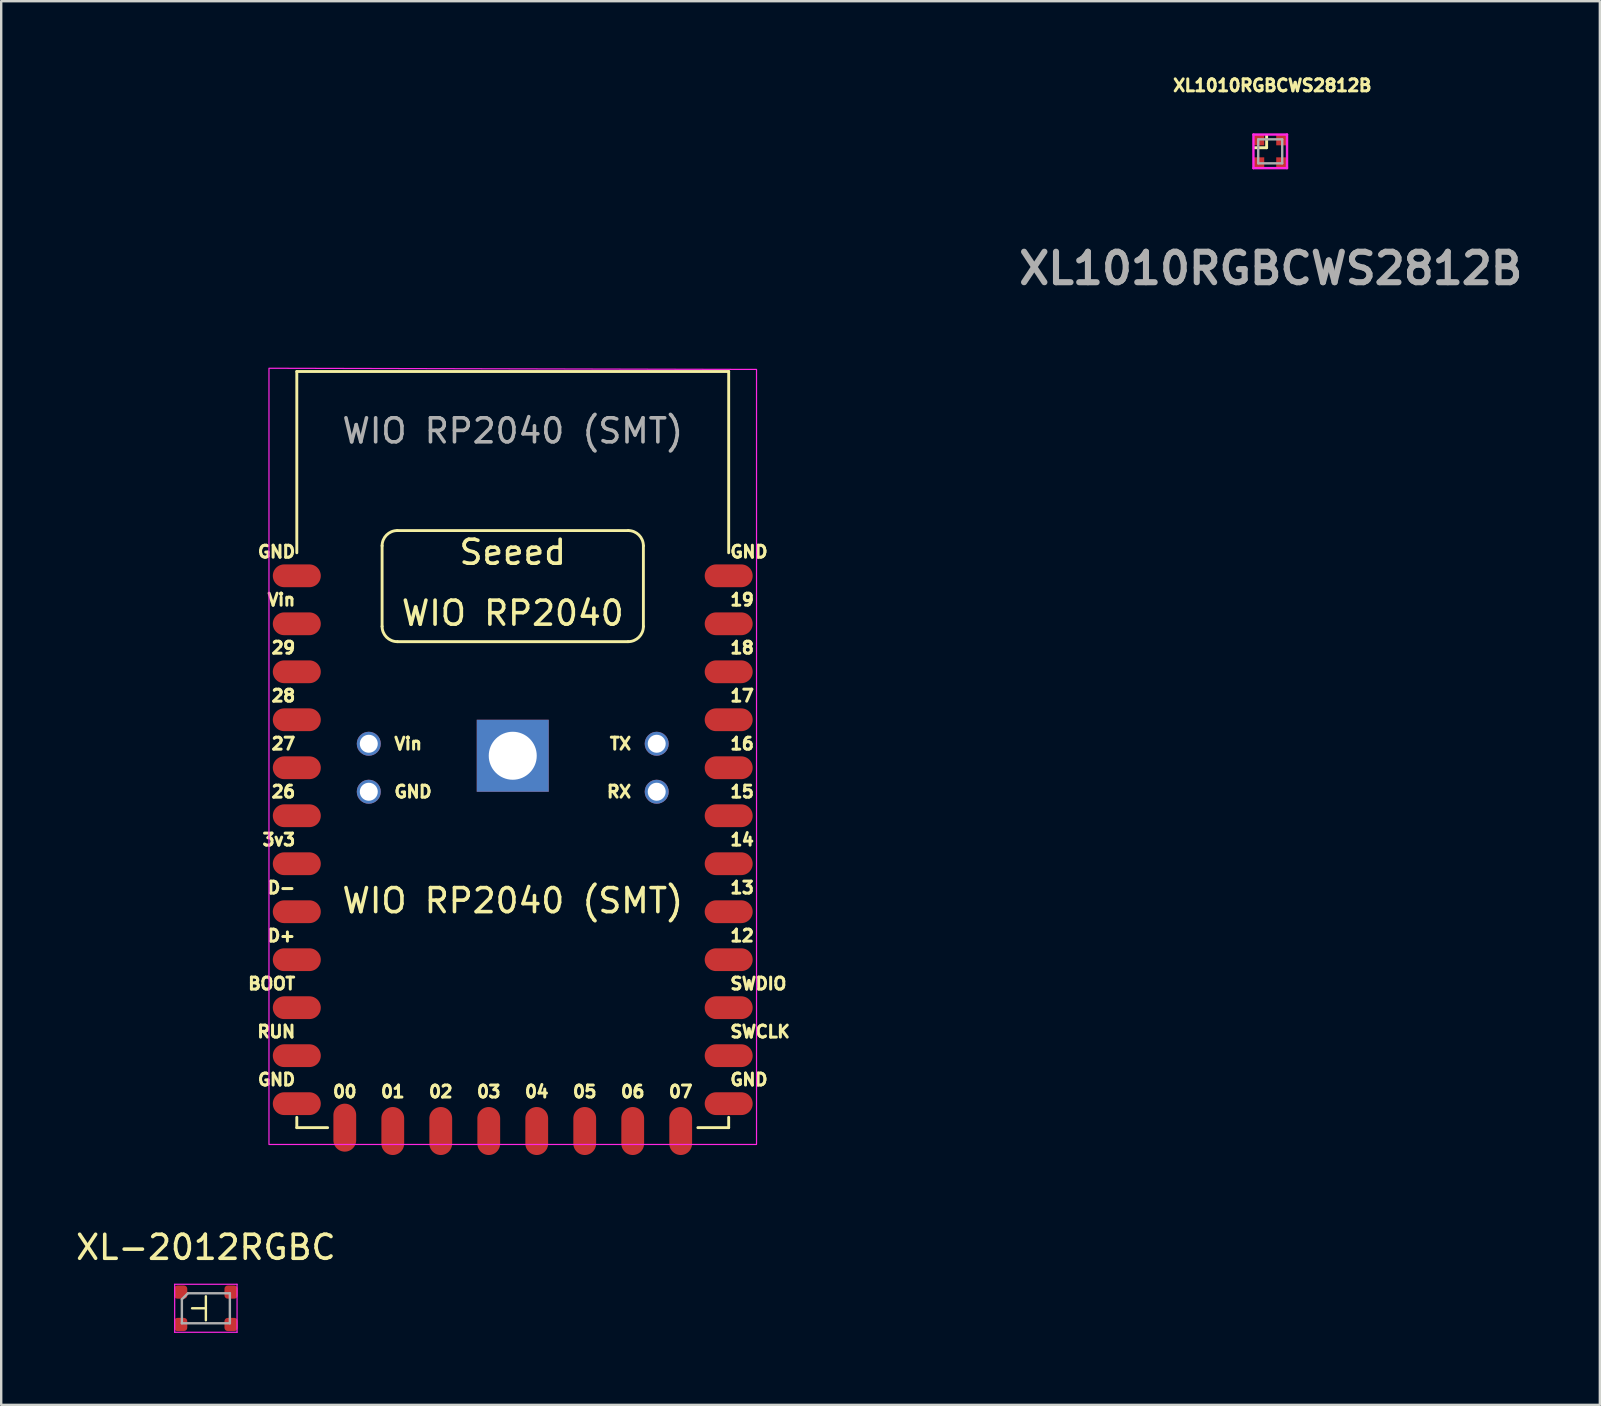
<source format=kicad_pcb>
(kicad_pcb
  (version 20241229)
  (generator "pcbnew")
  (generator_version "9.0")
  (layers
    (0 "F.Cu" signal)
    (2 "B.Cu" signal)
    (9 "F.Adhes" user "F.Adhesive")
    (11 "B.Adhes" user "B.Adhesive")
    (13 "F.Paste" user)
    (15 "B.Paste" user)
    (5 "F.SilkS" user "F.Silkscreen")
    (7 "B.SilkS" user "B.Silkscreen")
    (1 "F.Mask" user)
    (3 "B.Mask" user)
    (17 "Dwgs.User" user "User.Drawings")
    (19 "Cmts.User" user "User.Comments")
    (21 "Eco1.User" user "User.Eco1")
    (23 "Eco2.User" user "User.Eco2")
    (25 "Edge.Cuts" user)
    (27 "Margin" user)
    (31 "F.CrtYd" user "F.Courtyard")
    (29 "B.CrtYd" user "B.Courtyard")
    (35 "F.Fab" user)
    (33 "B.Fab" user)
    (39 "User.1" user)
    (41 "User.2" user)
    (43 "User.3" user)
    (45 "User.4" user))
  (footprint "WIO RP2040 (SMT)"
    (layer "F.Cu")
    (at 18.32 31.948)
    (property "Reference" "WIO RP2040 (SMT)" (at 0 2.54 0) (unlocked yes) (layer "F.SilkS") (effects (font (size 1 1) (thickness 0.15))))
    (attr through_hole)
    (fp_line (start -9 -19.515) (end -9 -11.96) (stroke (width 0.12) (type solid)) (layer "F.SilkS"))
    (fp_line (start -9 11.57) (end -9 12) (stroke (width 0.12) (type solid)) (layer "F.SilkS"))
    (fp_line (start -9 12) (end -7.715 12) (stroke (width 0.12) (type solid)) (layer "F.SilkS"))
    (fp_line (start -5.445 -12.251) (end -5.445 -8.89) (stroke (width 0.12) (type solid)) (layer "F.SilkS"))
    (fp_line (start -4.81 -12.886) (end 4.81 -12.886) (stroke (width 0.12) (type solid)) (layer "F.SilkS"))
    (fp_line (start 4.81 -8.255) (end -4.81 -8.255) (stroke (width 0.12) (type solid)) (layer "F.SilkS"))
    (fp_line (start 5.445 -12.251) (end 5.445 -8.89) (stroke (width 0.12) (type solid)) (layer "F.SilkS"))
    (fp_line (start 9 -19.515) (end -9 -19.515) (stroke (width 0.12) (type solid)) (layer "F.SilkS"))
    (fp_line (start 9 -11.96) (end 9 -19.515) (stroke (width 0.12) (type solid)) (layer "F.SilkS"))
    (fp_line (start 9 11.57) (end 9 12) (stroke (width 0.12) (type solid)) (layer "F.SilkS"))
    (fp_line (start 9 12) (end 7.715 12) (stroke (width 0.12) (type solid)) (layer "F.SilkS"))
    (fp_arc (start -5.445 -12.250987) (mid -5.259013 -12.7) (end -4.81 -12.885987) (stroke (width 0.12) (type solid)) (layer "F.SilkS"))
    (fp_arc (start -4.81 -8.255001) (mid -5.259013 -8.440988) (end -5.445 -8.890001) (stroke (width 0.12) (type solid)) (layer "F.SilkS"))
    (fp_arc (start 4.81 -12.885986) (mid 5.259017 -12.7) (end 5.445 -12.250986) (stroke (width 0.12) (type solid)) (layer "F.SilkS"))
    (fp_arc (start 5.445 -8.89) (mid 5.259014 -8.440986) (end 4.81 -8.255) (stroke (width 0.12) (type solid)) (layer "F.SilkS"))
    (fp_poly (pts (xy 10.16 12.7) (xy -10.16 12.7) (xy -10.16 -19.65) (xy 10.16 -19.601)) (stroke (width 0.05) (type solid)) (fill no) (layer "F.CrtYd"))
    (fp_text user "D+" (at -9 4 0) (unlocked yes) (layer "F.SilkS") (effects (font (size 0.5 0.5) (thickness 0.125)) (justify right)))
    (fp_text user "00" (at -7 10.5 0) (unlocked yes) (layer "F.SilkS") (effects (font (size 0.5 0.5) (thickness 0.125))))
    (fp_text user "15" (at 9 -2 0) (unlocked yes) (layer "F.SilkS") (effects (font (size 0.5 0.5) (thickness 0.125)) (justify left)))
    (fp_text user "SWDIO" (at 9 6 0) (unlocked yes) (layer "F.SilkS") (effects (font (size 0.5 0.5) (thickness 0.125)) (justify left)))
    (fp_text user "01" (at -5 10.5 0) (unlocked yes) (layer "F.SilkS") (effects (font (size 0.5 0.5) (thickness 0.125))))
    (fp_text user "12" (at 9 4 0) (unlocked yes) (layer "F.SilkS") (effects (font (size 0.5 0.5) (thickness 0.125)) (justify left)))
    (fp_text user "GND" (at -9 10 0) (layer "F.SilkS") (effects (font (size 0.5 0.5) (thickness 0.125)) (justify right)))
    (fp_text user "05" (at 3 10.5 0) (unlocked yes) (layer "F.SilkS") (effects (font (size 0.5 0.5) (thickness 0.125))))
    (fp_text user "Vin" (at -9 -10 0) (unlocked yes) (layer "F.SilkS") (effects (font (size 0.5 0.5) (thickness 0.125)) (justify right)))
    (fp_text user "27" (at -9 -4 0) (unlocked yes) (layer "F.SilkS") (effects (font (size 0.5 0.5) (thickness 0.125)) (justify right)))
    (fp_text user "TX" (at 5 -4 0) (layer "F.SilkS") (effects (font (size 0.5 0.5) (thickness 0.125)) (justify right)))
    (fp_text user "SWCLK" (at 9 8 0) (unlocked yes) (layer "F.SilkS") (effects (font (size 0.5 0.5) (thickness 0.125)) (justify left)))
    (fp_text user "14" (at 9 0 0) (unlocked yes) (layer "F.SilkS") (effects (font (size 0.5 0.5) (thickness 0.125)) (justify left)))
    (fp_text user "18" (at 9 -8 0) (unlocked yes) (layer "F.SilkS") (effects (font (size 0.5 0.5) (thickness 0.125)) (justify left)))
    (fp_text user "D-" (at -9 2 0) (layer "F.SilkS") (effects (font (size 0.5 0.5) (thickness 0.125)) (justify right)))
    (fp_text user "BOOT" (at -9 6 0) (unlocked yes) (layer "F.SilkS") (effects (font (size 0.5 0.5) (thickness 0.125)) (justify right)))
    (fp_text user "28" (at -9 -6 0) (unlocked yes) (layer "F.SilkS") (effects (font (size 0.5 0.5) (thickness 0.125)) (justify right)))
    (fp_text user "16" (at 9 -4 0) (unlocked yes) (layer "F.SilkS") (effects (font (size 0.5 0.5) (thickness 0.125)) (justify left)))
    (fp_text user "3v3" (at -9 0 0) (unlocked yes) (layer "F.SilkS") (effects (font (size 0.5 0.5) (thickness 0.125)) (justify right)))
    (fp_text user "17" (at 9 -6 0) (unlocked yes) (layer "F.SilkS") (effects (font (size 0.5 0.5) (thickness 0.125)) (justify left)))
    (fp_text user "02" (at -3 10.5 0) (unlocked yes) (layer "F.SilkS") (effects (font (size 0.5 0.5) (thickness 0.125))))
    (fp_text user "06" (at 5 10.5 0) (unlocked yes) (layer "F.SilkS") (effects (font (size 0.5 0.5) (thickness 0.125))))
    (fp_text user "07" (at 7 10.5 0) (unlocked yes) (layer "F.SilkS") (effects (font (size 0.5 0.5) (thickness 0.125))))
    (fp_text user "GND" (at 9 -12 0) (unlocked yes) (layer "F.SilkS") (effects (font (size 0.5 0.5) (thickness 0.125)) (justify left)))
    (fp_text user "26" (at -9 -2 0) (unlocked yes) (layer "F.SilkS") (effects (font (size 0.5 0.5) (thickness 0.125)) (justify right)))
    (fp_text user "Vin" (at -5 -4 0) (unlocked yes) (layer "F.SilkS") (effects (font (size 0.5 0.5) (thickness 0.125)) (justify left)))
    (fp_text user "19" (at 9 -10 0) (unlocked yes) (layer "F.SilkS") (effects (font (size 0.5 0.5) (thickness 0.125)) (justify left)))
    (fp_text user "GND" (at -9 -12 0) (layer "F.SilkS") (effects (font (size 0.5 0.5) (thickness 0.125)) (justify right)))
    (fp_text user "RUN" (at -9 8 0) (unlocked yes) (layer "F.SilkS") (effects (font (size 0.5 0.5) (thickness 0.125)) (justify right)))
    (fp_text user "GND" (at 9 10 0) (layer "F.SilkS") (effects (font (size 0.5 0.5) (thickness 0.125)) (justify left)))
    (fp_text user "GND" (at -5 -2 0) (layer "F.SilkS") (effects (font (size 0.5 0.5) (thickness 0.125)) (justify left)))
    (fp_text user "WIO RP2040" (at 0 -9.441 0) (unlocked yes) (layer "F.SilkS") (effects (font (size 1 1) (thickness 0.15))))
    (fp_text user "RX" (at 5 -2 0) (layer "F.SilkS") (effects (font (size 0.5 0.5) (thickness 0.125)) (justify right)))
    (fp_text user "Seeed" (at 0 -11.981 0) (unlocked yes) (layer "F.SilkS") (effects (font (size 1 1) (thickness 0.15))))
    (fp_text user "13" (at 9 2 0) (layer "F.SilkS") (effects (font (size 0.5 0.5) (thickness 0.125)) (justify left)))
    (fp_text user "04" (at 1 10.5 0) (unlocked yes) (layer "F.SilkS") (effects (font (size 0.5 0.5) (thickness 0.125))))
    (fp_text user "03" (at -1 10.5 0) (unlocked yes) (layer "F.SilkS") (effects (font (size 0.5 0.5) (thickness 0.125))))
    (fp_text user "29" (at -9 -8 0) (layer "F.SilkS") (effects (font (size 0.5 0.5) (thickness 0.125)) (justify right)))
    (fp_text user "${REFERENCE}" (at 0 -17.04 0) (unlocked yes) (layer "F.Fab") (effects (font (size 1 1) (thickness 0.15))))
    (pad "1" smd oval (at -9 -11) (size 2 0.95) (layers "F.Cu" "F.Mask" "F.Paste"))
    (pad "1" thru_hole circle (at -6 -2 90) (size 1 1) (drill 0.75) (layers "*.Cu" "*.Mask"))
    (pad "2" smd oval (at -9 -9) (size 2 0.95) (layers "F.Cu" "F.Mask" "F.Paste"))
    (pad "2" thru_hole circle (at -6 -4 90) (size 1 1) (drill 0.75) (layers "*.Cu" "*.Mask"))
    (pad "3" smd oval (at -9 -7) (size 2 0.95) (layers "F.Cu" "F.Mask" "F.Paste"))
    (pad "4" smd oval (at -9 -5) (size 2 0.95) (layers "F.Cu" "F.Mask" "F.Paste"))
    (pad "5" smd oval (at -9 -3) (size 2 0.95) (layers "F.Cu" "F.Mask" "F.Paste"))
    (pad "6" smd oval (at -9 -1) (size 2 0.95) (layers "F.Cu" "F.Mask" "F.Paste"))
    (pad "7" smd oval (at -9 1) (size 2 0.95) (layers "F.Cu" "F.Mask" "F.Paste"))
    (pad "8" smd oval (at -9 3) (size 2 0.95) (layers "F.Cu" "F.Mask" "F.Paste"))
    (pad "9" smd oval (at -9 5) (size 2 0.95) (layers "F.Cu" "F.Mask" "F.Paste"))
    (pad "10" smd oval (at -9 7) (size 2 0.95) (layers "F.Cu" "F.Mask" "F.Paste"))
    (pad "11" smd oval (at -9 9) (size 2 0.95) (layers "F.Cu" "F.Mask" "F.Paste"))
    (pad "12" smd oval (at -9 11) (size 2 0.95) (layers "F.Cu" "F.Mask" "F.Paste"))
    (pad "13" smd oval (at -7 12 90) (size 2 0.95) (layers "F.Cu" "F.Mask" "F.Paste"))
    (pad "14" smd oval (at -5 12.14 90) (size 2 0.95) (layers "F.Cu" "F.Mask" "F.Paste"))
    (pad "15" smd oval (at -3 12.14 90) (size 2 0.95) (layers "F.Cu" "F.Mask" "F.Paste"))
    (pad "16" smd oval (at -1 12.14 90) (size 2 0.95) (layers "F.Cu" "F.Mask" "F.Paste"))
    (pad "17" smd oval (at 1 12.14 90) (size 2 0.95) (layers "F.Cu" "F.Mask" "F.Paste"))
    (pad "18" smd oval (at 3 12.14 90) (size 2 0.95) (layers "F.Cu" "F.Mask" "F.Paste"))
    (pad "19" smd oval (at 5 12.14 90) (size 2 0.95) (layers "F.Cu" "F.Mask" "F.Paste"))
    (pad "20" smd oval (at 7 12.14 90) (size 2 0.95) (layers "F.Cu" "F.Mask" "F.Paste"))
    (pad "21" smd oval (at 9 11 180) (size 2 0.95) (layers "F.Cu" "F.Mask" "F.Paste"))
    (pad "22" smd oval (at 9 9 180) (size 2 0.95) (layers "F.Cu" "F.Mask" "F.Paste"))
    (pad "23" smd oval (at 9 7 180) (size 2 0.95) (layers "F.Cu" "F.Mask" "F.Paste"))
    (pad "24" smd oval (at 9 5 180) (size 2 0.95) (layers "F.Cu" "F.Mask" "F.Paste"))
    (pad "25" smd oval (at 9 3 180) (size 2 0.95) (layers "F.Cu" "F.Mask" "F.Paste"))
    (pad "26" smd oval (at 9 1 180) (size 2 0.95) (layers "F.Cu" "F.Mask" "F.Paste"))
    (pad "27" smd oval (at 9 -1 180) (size 2 0.95) (layers "F.Cu" "F.Mask" "F.Paste"))
    (pad "28" smd oval (at 9 -3 180) (size 2 0.95) (layers "F.Cu" "F.Mask" "F.Paste"))
    (pad "29" smd oval (at 9 -5 180) (size 2 0.95) (layers "F.Cu" "F.Mask" "F.Paste"))
    (pad "30" smd oval (at 9 -7 180) (size 2 0.95) (layers "F.Cu" "F.Mask" "F.Paste"))
    (pad "31" smd oval (at 9 -9 180) (size 2 0.95) (layers "F.Cu" "F.Mask" "F.Paste"))
    (pad "32" smd oval (at 9 -11 180) (size 2 0.95) (layers "F.Cu" "F.Mask" "F.Paste"))
    (pad "33" thru_hole rect (at 0 -3.5 90) (size 3 3) (drill 2) (layers "*.Cu" "*.Mask"))
    (pad "34" thru_hole circle (at 6 -4 90) (size 1 1) (drill 0.75) (layers "*.Cu" "*.Mask"))
    (pad "35" thru_hole circle (at 6 -2 90) (size 1 1) (drill 0.75) (layers "*.Cu" "*.Mask"))
    (zone (net_name "") (layers "F.Cu" "B.Cu") (name "Antenna") (hatch full 0.508) (connect_pads) (min_thickness 0.254) (filled_areas_thickness no) (keepout (tracks not_allowed) (vias not_allowed) (pads not_allowed) (copperpour not_allowed) (footprints allowed)) (placement (enabled no)) (fill) (polygon (pts (xy 36.195 19.05) (xy 0 19.05) (xy 0 0) (xy 36.195 0)))))
  (footprint "XL-2012RGBC"
    (layer "F.Cu")
    (at 5.53 51.476)
    (property "Reference" "XL-2012RGBC" (at 0 -2.54 0) (layer "F.SilkS") (effects (font (size 1 1) (thickness 0.15))))
    (attr smd)
    (fp_line (start 0 0) (end -0.575 0) (stroke (width 0.1) (type solid)) (layer "F.SilkS"))
    (fp_line (start 0 0.5) (end 0 -0.5) (stroke (width 0.1) (type solid)) (layer "F.SilkS"))
    (fp_line (start -1.3 -1) (end -1.3 1) (stroke (width 0.05) (type solid)) (layer "F.CrtYd"))
    (fp_line (start -1.3 1) (end 1.3 1) (stroke (width 0.05) (type solid)) (layer "F.CrtYd"))
    (fp_line (start 1.3 -1) (end -1.3 -1) (stroke (width 0.05) (type solid)) (layer "F.CrtYd"))
    (fp_line (start 1.3 1) (end 1.3 -1) (stroke (width 0.05) (type solid)) (layer "F.CrtYd"))
    (fp_line (start -1 -0.375) (end -1 0.625) (stroke (width 0.1) (type solid)) (layer "F.Fab"))
    (fp_line (start -1 0.625) (end 1 0.625) (stroke (width 0.1) (type solid)) (layer "F.Fab"))
    (fp_line (start -0.75 -0.625) (end -1 -0.375) (stroke (width 0.1) (type solid)) (layer "F.Fab"))
    (fp_line (start 1 -0.625) (end -0.75 -0.625) (stroke (width 0.1) (type solid)) (layer "F.Fab"))
    (fp_line (start 1 0.625) (end 1 -0.625) (stroke (width 0.1) (type solid)) (layer "F.Fab"))
    (pad "1" smd roundrect (at -1.05 -0.675) (size 0.55 0.55) (layers "F.Cu" "F.Mask" "F.Paste") (roundrect_rratio 0.25))
    (pad "2" smd roundrect (at 1.05 -0.675) (size 0.55 0.55) (layers "F.Cu" "F.Mask" "F.Paste") (roundrect_rratio 0.25))
    (pad "3" smd roundrect (at -1.05 0.675) (size 0.55 0.55) (layers "F.Cu" "F.Mask" "F.Paste") (roundrect_rratio 0.25))
    (pad "4" smd roundrect (at 1.05 0.675) (size 0.55 0.55) (layers "F.Cu" "F.Mask" "F.Paste") (roundrect_rratio 0.25)))
  (footprint "XL1010RGBCWS2812B"
    (layer "F.Cu")
    (at 49.89 3.257)
    (property "Reference" "XL1010RGBCWS2812B" (at 0.087 -2.745 0) (layer "F.SilkS") (effects (font (size 0.5 0.5) (thickness 0.125))))
    (attr smd)
    (fp_line (start -0.65 -0.15) (end -0.15 -0.15) (stroke (width 0.12) (type solid)) (layer "F.SilkS"))
    (fp_line (start -0.15 -0.15) (end -0.15 -0.65) (stroke (width 0.12) (type solid)) (layer "F.SilkS"))
    (fp_line (start -0.7 -0.7) (end 0.7 -0.7) (stroke (width 0.1) (type solid)) (layer "F.CrtYd"))
    (fp_line (start -0.7 0.7) (end -0.7 -0.7) (stroke (width 0.1) (type solid)) (layer "F.CrtYd"))
    (fp_line (start 0.7 -0.7) (end 0.7 0.7) (stroke (width 0.1) (type solid)) (layer "F.CrtYd"))
    (fp_line (start 0.7 0.7) (end -0.7 0.7) (stroke (width 0.1) (type solid)) (layer "F.CrtYd"))
    (fp_line (start -0.5 -0.5) (end 0.5 -0.5) (stroke (width 0.1) (type solid)) (layer "F.Fab"))
    (fp_line (start -0.5 0.5) (end -0.5 -0.5) (stroke (width 0.1) (type solid)) (layer "F.Fab"))
    (fp_line (start 0.5 -0.5) (end 0.5 0.5) (stroke (width 0.1) (type solid)) (layer "F.Fab"))
    (fp_line (start 0.5 0.5) (end -0.5 0.5) (stroke (width 0.1) (type solid)) (layer "F.Fab"))
    (fp_text user "${REFERENCE}" (at 0.022 4.88 0) (layer "F.Fab") (effects (font (size 1.27 1.27) (thickness 0.254))))
    (pad "1" smd rect (at -0.475 -0.475 90) (size 0.45 0.45) (layers "F.Cu" "F.Mask" "F.Paste"))
    (pad "2" smd rect (at 0.475 -0.475 90) (size 0.45 0.45) (layers "F.Cu" "F.Mask" "F.Paste"))
    (pad "3" smd rect (at -0.475 0.475 90) (size 0.45 0.45) (layers "F.Cu" "F.Mask" "F.Paste"))
    (pad "4" smd rect (at 0.475 0.475 90) (size 0.45 0.45) (layers "F.Cu" "F.Mask" "F.Paste")))
  (gr_rect
    (start -3 -3)
    (end 63.628 55.501)
    (stroke (width 0.1) (type default))
    (fill no)
    (layer "Edge.Cuts")))
</source>
